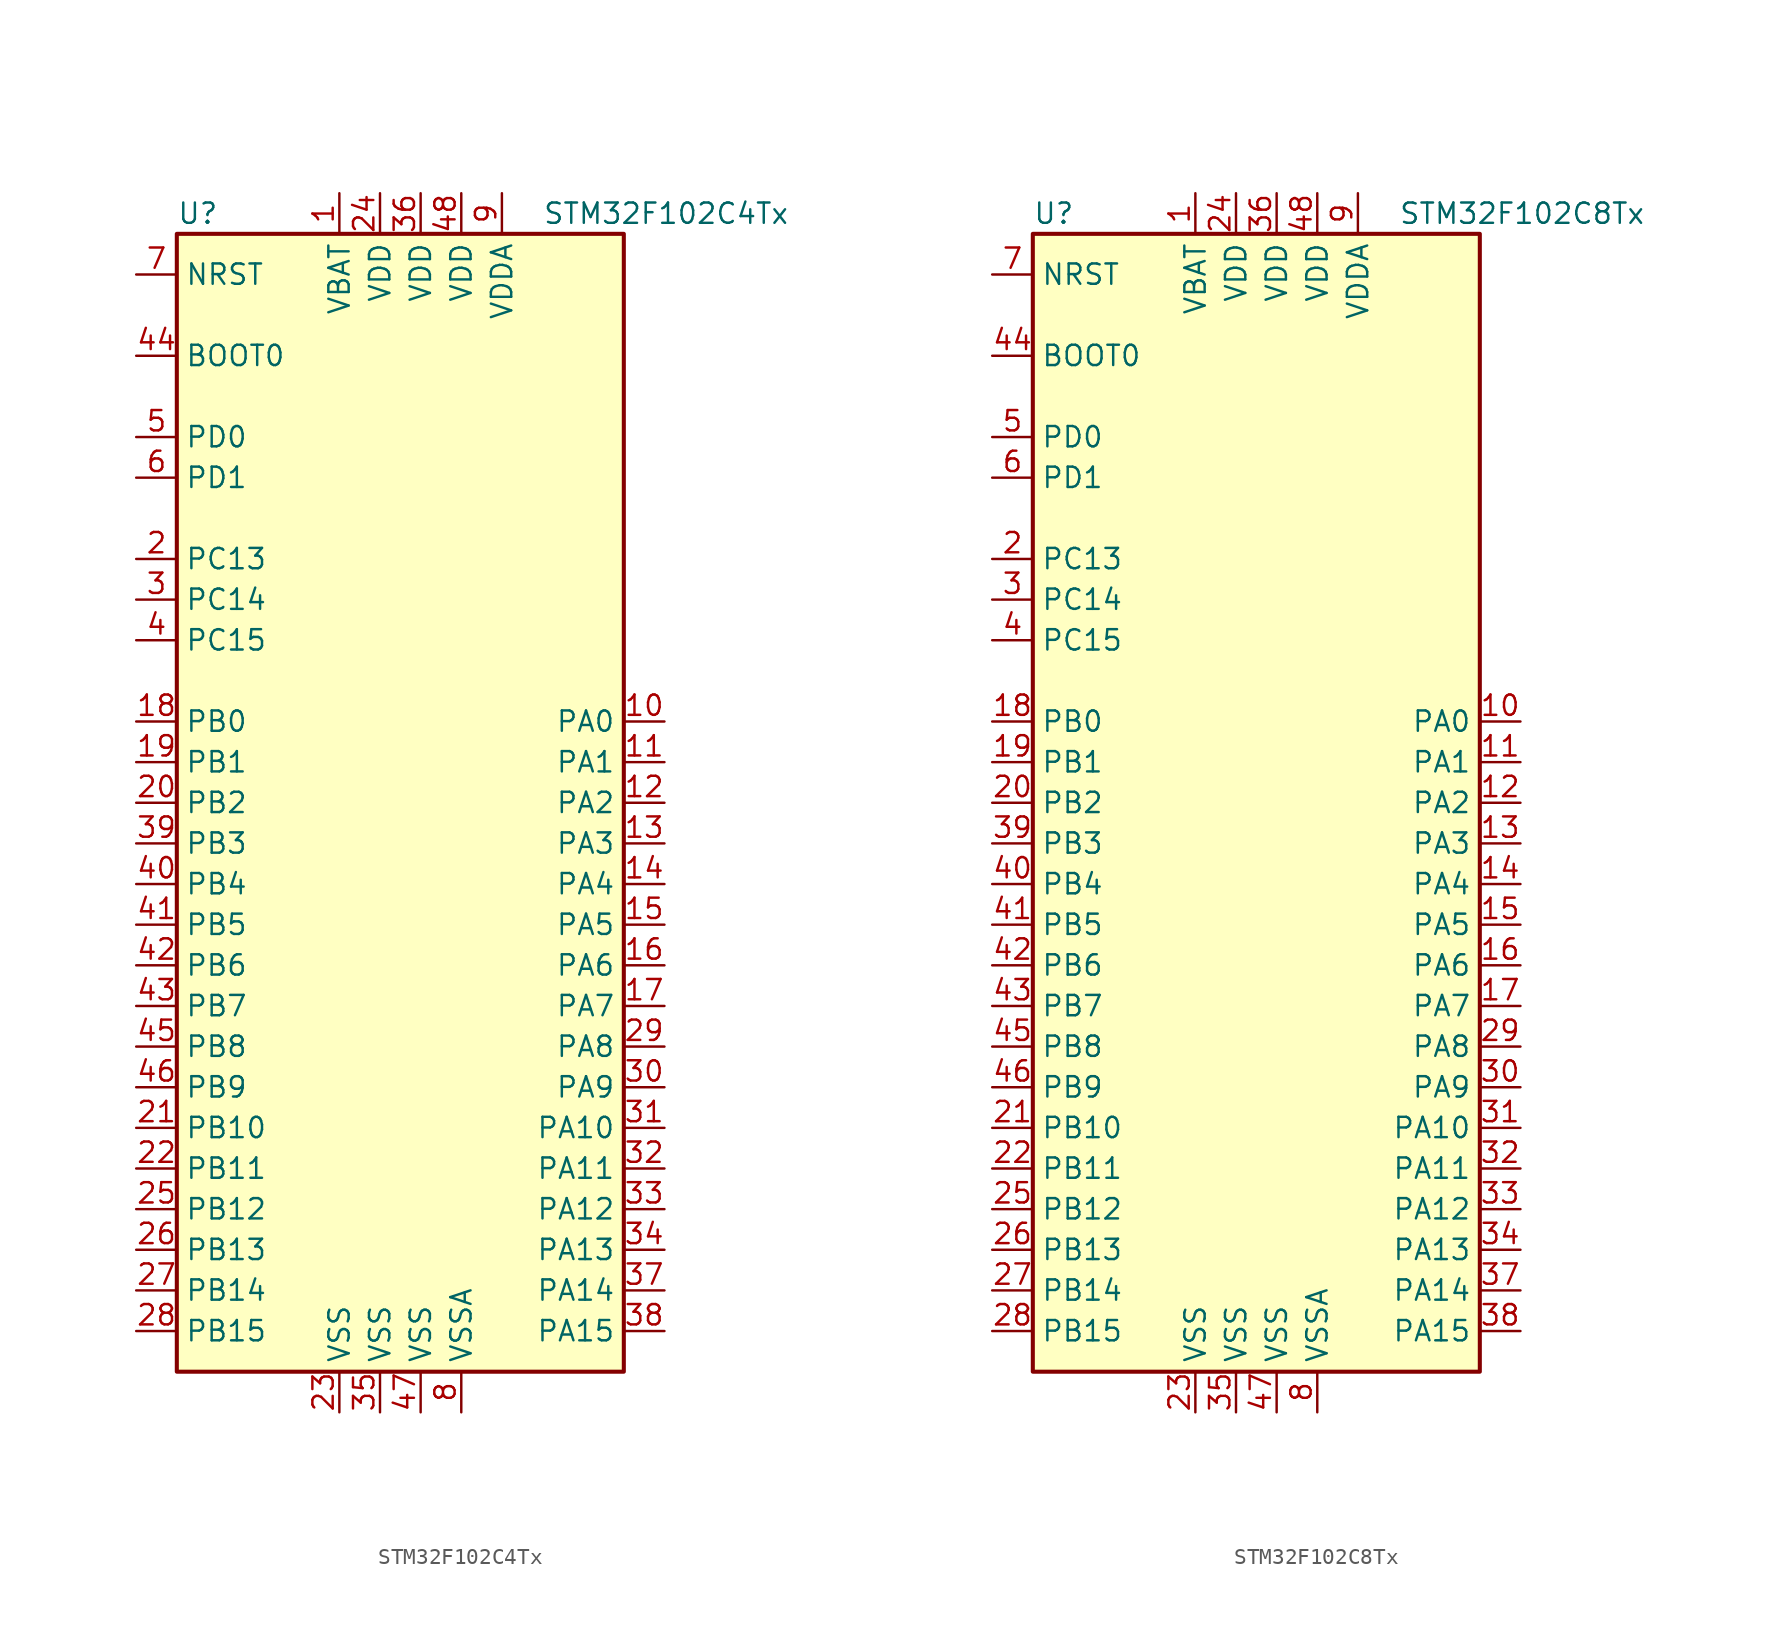
<source format=kicad_sym>
(kicad_symbol_lib
  (version 20201005)
  (generator kicad_symbol_editor)
  (symbol "STM32F102C4Tx"
    (property "Reference" "U"
      (at -15.24 36.83 0)
      (effects (font (size 1.27 1.27)) (justify left)))
    (property "Value" "STM32F102C4Tx"
      (at 7.62 36.83 0)
      (effects (font (size 1.27 1.27)) (justify left)))
    (symbol "STM32F102C4Tx_0_1"
      (rectangle (start -15.24 -35.56) (end 12.7 35.56) (stroke (width 0.254)) (fill (type background))))
    (symbol "STM32F102C4Tx_1_1"
      (pin power_in line (at -5.08 38.1 270) (length 2.54) (name "VBAT" (effects (font (size 1.27 1.27)))) (number "1" (effects (font (size 1.27 1.27)))))
      (pin bidirectional line (at 15.24 5.08 180) (length 2.54) (name "PA0" (effects (font (size 1.27 1.27)))) (number "10" (effects (font (size 1.27 1.27)))))
      (pin bidirectional line (at 15.24 2.54 180) (length 2.54) (name "PA1" (effects (font (size 1.27 1.27)))) (number "11" (effects (font (size 1.27 1.27)))))
      (pin bidirectional line (at 15.24 0 180) (length 2.54) (name "PA2" (effects (font (size 1.27 1.27)))) (number "12" (effects (font (size 1.27 1.27)))))
      (pin bidirectional line (at 15.24 -2.54 180) (length 2.54) (name "PA3" (effects (font (size 1.27 1.27)))) (number "13" (effects (font (size 1.27 1.27)))))
      (pin bidirectional line (at 15.24 -5.08 180) (length 2.54) (name "PA4" (effects (font (size 1.27 1.27)))) (number "14" (effects (font (size 1.27 1.27)))))
      (pin bidirectional line (at 15.24 -7.62 180) (length 2.54) (name "PA5" (effects (font (size 1.27 1.27)))) (number "15" (effects (font (size 1.27 1.27)))))
      (pin bidirectional line (at 15.24 -10.16 180) (length 2.54) (name "PA6" (effects (font (size 1.27 1.27)))) (number "16" (effects (font (size 1.27 1.27)))))
      (pin bidirectional line (at 15.24 -12.7 180) (length 2.54) (name "PA7" (effects (font (size 1.27 1.27)))) (number "17" (effects (font (size 1.27 1.27)))))
      (pin bidirectional line (at -17.78 5.08 0) (length 2.54) (name "PB0" (effects (font (size 1.27 1.27)))) (number "18" (effects (font (size 1.27 1.27)))))
      (pin bidirectional line (at -17.78 2.54 0) (length 2.54) (name "PB1" (effects (font (size 1.27 1.27)))) (number "19" (effects (font (size 1.27 1.27)))))
      (pin bidirectional line (at -17.78 15.24 0) (length 2.54) (name "PC13" (effects (font (size 1.27 1.27)))) (number "2" (effects (font (size 1.27 1.27)))))
      (pin bidirectional line (at -17.78 0 0) (length 2.54) (name "PB2" (effects (font (size 1.27 1.27)))) (number "20" (effects (font (size 1.27 1.27)))))
      (pin bidirectional line (at -17.78 -20.32 0) (length 2.54) (name "PB10" (effects (font (size 1.27 1.27)))) (number "21" (effects (font (size 1.27 1.27)))))
      (pin bidirectional line (at -17.78 -22.86 0) (length 2.54) (name "PB11" (effects (font (size 1.27 1.27)))) (number "22" (effects (font (size 1.27 1.27)))))
      (pin power_in line (at -5.08 -38.1 90) (length 2.54) (name "VSS" (effects (font (size 1.27 1.27)))) (number "23" (effects (font (size 1.27 1.27)))))
      (pin power_in line (at -2.54 38.1 270) (length 2.54) (name "VDD" (effects (font (size 1.27 1.27)))) (number "24" (effects (font (size 1.27 1.27)))))
      (pin bidirectional line (at -17.78 -25.4 0) (length 2.54) (name "PB12" (effects (font (size 1.27 1.27)))) (number "25" (effects (font (size 1.27 1.27)))))
      (pin bidirectional line (at -17.78 -27.94 0) (length 2.54) (name "PB13" (effects (font (size 1.27 1.27)))) (number "26" (effects (font (size 1.27 1.27)))))
      (pin bidirectional line (at -17.78 -30.48 0) (length 2.54) (name "PB14" (effects (font (size 1.27 1.27)))) (number "27" (effects (font (size 1.27 1.27)))))
      (pin bidirectional line (at -17.78 -33.02 0) (length 2.54) (name "PB15" (effects (font (size 1.27 1.27)))) (number "28" (effects (font (size 1.27 1.27)))))
      (pin bidirectional line (at 15.24 -15.24 180) (length 2.54) (name "PA8" (effects (font (size 1.27 1.27)))) (number "29" (effects (font (size 1.27 1.27)))))
      (pin bidirectional line (at -17.78 12.7 0) (length 2.54) (name "PC14" (effects (font (size 1.27 1.27)))) (number "3" (effects (font (size 1.27 1.27)))))
      (pin bidirectional line (at 15.24 -17.78 180) (length 2.54) (name "PA9" (effects (font (size 1.27 1.27)))) (number "30" (effects (font (size 1.27 1.27)))))
      (pin bidirectional line (at 15.24 -20.32 180) (length 2.54) (name "PA10" (effects (font (size 1.27 1.27)))) (number "31" (effects (font (size 1.27 1.27)))))
      (pin bidirectional line (at 15.24 -22.86 180) (length 2.54) (name "PA11" (effects (font (size 1.27 1.27)))) (number "32" (effects (font (size 1.27 1.27)))))
      (pin bidirectional line (at 15.24 -25.4 180) (length 2.54) (name "PA12" (effects (font (size 1.27 1.27)))) (number "33" (effects (font (size 1.27 1.27)))))
      (pin bidirectional line (at 15.24 -27.94 180) (length 2.54) (name "PA13" (effects (font (size 1.27 1.27)))) (number "34" (effects (font (size 1.27 1.27)))))
      (pin power_in line (at -2.54 -38.1 90) (length 2.54) (name "VSS" (effects (font (size 1.27 1.27)))) (number "35" (effects (font (size 1.27 1.27)))))
      (pin power_in line (at 0 38.1 270) (length 2.54) (name "VDD" (effects (font (size 1.27 1.27)))) (number "36" (effects (font (size 1.27 1.27)))))
      (pin bidirectional line (at 15.24 -30.48 180) (length 2.54) (name "PA14" (effects (font (size 1.27 1.27)))) (number "37" (effects (font (size 1.27 1.27)))))
      (pin bidirectional line (at 15.24 -33.02 180) (length 2.54) (name "PA15" (effects (font (size 1.27 1.27)))) (number "38" (effects (font (size 1.27 1.27)))))
      (pin bidirectional line (at -17.78 -2.54 0) (length 2.54) (name "PB3" (effects (font (size 1.27 1.27)))) (number "39" (effects (font (size 1.27 1.27)))))
      (pin bidirectional line (at -17.78 10.16 0) (length 2.54) (name "PC15" (effects (font (size 1.27 1.27)))) (number "4" (effects (font (size 1.27 1.27)))))
      (pin bidirectional line (at -17.78 -5.08 0) (length 2.54) (name "PB4" (effects (font (size 1.27 1.27)))) (number "40" (effects (font (size 1.27 1.27)))))
      (pin bidirectional line (at -17.78 -7.62 0) (length 2.54) (name "PB5" (effects (font (size 1.27 1.27)))) (number "41" (effects (font (size 1.27 1.27)))))
      (pin bidirectional line (at -17.78 -10.16 0) (length 2.54) (name "PB6" (effects (font (size 1.27 1.27)))) (number "42" (effects (font (size 1.27 1.27)))))
      (pin bidirectional line (at -17.78 -12.7 0) (length 2.54) (name "PB7" (effects (font (size 1.27 1.27)))) (number "43" (effects (font (size 1.27 1.27)))))
      (pin input line (at -17.78 27.94 0) (length 2.54) (name "BOOT0" (effects (font (size 1.27 1.27)))) (number "44" (effects (font (size 1.27 1.27)))))
      (pin bidirectional line (at -17.78 -15.24 0) (length 2.54) (name "PB8" (effects (font (size 1.27 1.27)))) (number "45" (effects (font (size 1.27 1.27)))))
      (pin bidirectional line (at -17.78 -17.78 0) (length 2.54) (name "PB9" (effects (font (size 1.27 1.27)))) (number "46" (effects (font (size 1.27 1.27)))))
      (pin power_in line (at 0 -38.1 90) (length 2.54) (name "VSS" (effects (font (size 1.27 1.27)))) (number "47" (effects (font (size 1.27 1.27)))))
      (pin power_in line (at 2.54 38.1 270) (length 2.54) (name "VDD" (effects (font (size 1.27 1.27)))) (number "48" (effects (font (size 1.27 1.27)))))
      (pin input line (at -17.78 22.86 0) (length 2.54) (name "PD0" (effects (font (size 1.27 1.27)))) (number "5" (effects (font (size 1.27 1.27)))))
      (pin input line (at -17.78 20.32 0) (length 2.54) (name "PD1" (effects (font (size 1.27 1.27)))) (number "6" (effects (font (size 1.27 1.27)))))
      (pin input line (at -17.78 33.02 0) (length 2.54) (name "NRST" (effects (font (size 1.27 1.27)))) (number "7" (effects (font (size 1.27 1.27)))))
      (pin power_in line (at 2.54 -38.1 90) (length 2.54) (name "VSSA" (effects (font (size 1.27 1.27)))) (number "8" (effects (font (size 1.27 1.27)))))
      (pin power_in line (at 5.08 38.1 270) (length 2.54) (name "VDDA" (effects (font (size 1.27 1.27)))) (number "9" (effects (font (size 1.27 1.27)))))))
  (symbol "STM32F102C8Tx"
    (property "Reference" "U"
      (at -15.24 36.83 0)
      (effects (font (size 1.27 1.27)) (justify left)))
    (property "Value" "STM32F102C8Tx"
      (at 7.62 36.83 0)
      (effects (font (size 1.27 1.27)) (justify left)))
    (symbol "STM32F102C8Tx_0_1"
      (rectangle (start -15.24 -35.56) (end 12.7 35.56) (stroke (width 0.254)) (fill (type background))))
    (symbol "STM32F102C8Tx_1_1"
      (pin power_in line (at -5.08 38.1 270) (length 2.54) (name "VBAT" (effects (font (size 1.27 1.27)))) (number "1" (effects (font (size 1.27 1.27)))))
      (pin bidirectional line (at 15.24 5.08 180) (length 2.54) (name "PA0" (effects (font (size 1.27 1.27)))) (number "10" (effects (font (size 1.27 1.27)))))
      (pin bidirectional line (at 15.24 2.54 180) (length 2.54) (name "PA1" (effects (font (size 1.27 1.27)))) (number "11" (effects (font (size 1.27 1.27)))))
      (pin bidirectional line (at 15.24 0 180) (length 2.54) (name "PA2" (effects (font (size 1.27 1.27)))) (number "12" (effects (font (size 1.27 1.27)))))
      (pin bidirectional line (at 15.24 -2.54 180) (length 2.54) (name "PA3" (effects (font (size 1.27 1.27)))) (number "13" (effects (font (size 1.27 1.27)))))
      (pin bidirectional line (at 15.24 -5.08 180) (length 2.54) (name "PA4" (effects (font (size 1.27 1.27)))) (number "14" (effects (font (size 1.27 1.27)))))
      (pin bidirectional line (at 15.24 -7.62 180) (length 2.54) (name "PA5" (effects (font (size 1.27 1.27)))) (number "15" (effects (font (size 1.27 1.27)))))
      (pin bidirectional line (at 15.24 -10.16 180) (length 2.54) (name "PA6" (effects (font (size 1.27 1.27)))) (number "16" (effects (font (size 1.27 1.27)))))
      (pin bidirectional line (at 15.24 -12.7 180) (length 2.54) (name "PA7" (effects (font (size 1.27 1.27)))) (number "17" (effects (font (size 1.27 1.27)))))
      (pin bidirectional line (at -17.78 5.08 0) (length 2.54) (name "PB0" (effects (font (size 1.27 1.27)))) (number "18" (effects (font (size 1.27 1.27)))))
      (pin bidirectional line (at -17.78 2.54 0) (length 2.54) (name "PB1" (effects (font (size 1.27 1.27)))) (number "19" (effects (font (size 1.27 1.27)))))
      (pin bidirectional line (at -17.78 15.24 0) (length 2.54) (name "PC13" (effects (font (size 1.27 1.27)))) (number "2" (effects (font (size 1.27 1.27)))))
      (pin bidirectional line (at -17.78 0 0) (length 2.54) (name "PB2" (effects (font (size 1.27 1.27)))) (number "20" (effects (font (size 1.27 1.27)))))
      (pin bidirectional line (at -17.78 -20.32 0) (length 2.54) (name "PB10" (effects (font (size 1.27 1.27)))) (number "21" (effects (font (size 1.27 1.27)))))
      (pin bidirectional line (at -17.78 -22.86 0) (length 2.54) (name "PB11" (effects (font (size 1.27 1.27)))) (number "22" (effects (font (size 1.27 1.27)))))
      (pin power_in line (at -5.08 -38.1 90) (length 2.54) (name "VSS" (effects (font (size 1.27 1.27)))) (number "23" (effects (font (size 1.27 1.27)))))
      (pin power_in line (at -2.54 38.1 270) (length 2.54) (name "VDD" (effects (font (size 1.27 1.27)))) (number "24" (effects (font (size 1.27 1.27)))))
      (pin bidirectional line (at -17.78 -25.4 0) (length 2.54) (name "PB12" (effects (font (size 1.27 1.27)))) (number "25" (effects (font (size 1.27 1.27)))))
      (pin bidirectional line (at -17.78 -27.94 0) (length 2.54) (name "PB13" (effects (font (size 1.27 1.27)))) (number "26" (effects (font (size 1.27 1.27)))))
      (pin bidirectional line (at -17.78 -30.48 0) (length 2.54) (name "PB14" (effects (font (size 1.27 1.27)))) (number "27" (effects (font (size 1.27 1.27)))))
      (pin bidirectional line (at -17.78 -33.02 0) (length 2.54) (name "PB15" (effects (font (size 1.27 1.27)))) (number "28" (effects (font (size 1.27 1.27)))))
      (pin bidirectional line (at 15.24 -15.24 180) (length 2.54) (name "PA8" (effects (font (size 1.27 1.27)))) (number "29" (effects (font (size 1.27 1.27)))))
      (pin bidirectional line (at -17.78 12.7 0) (length 2.54) (name "PC14" (effects (font (size 1.27 1.27)))) (number "3" (effects (font (size 1.27 1.27)))))
      (pin bidirectional line (at 15.24 -17.78 180) (length 2.54) (name "PA9" (effects (font (size 1.27 1.27)))) (number "30" (effects (font (size 1.27 1.27)))))
      (pin bidirectional line (at 15.24 -20.32 180) (length 2.54) (name "PA10" (effects (font (size 1.27 1.27)))) (number "31" (effects (font (size 1.27 1.27)))))
      (pin bidirectional line (at 15.24 -22.86 180) (length 2.54) (name "PA11" (effects (font (size 1.27 1.27)))) (number "32" (effects (font (size 1.27 1.27)))))
      (pin bidirectional line (at 15.24 -25.4 180) (length 2.54) (name "PA12" (effects (font (size 1.27 1.27)))) (number "33" (effects (font (size 1.27 1.27)))))
      (pin bidirectional line (at 15.24 -27.94 180) (length 2.54) (name "PA13" (effects (font (size 1.27 1.27)))) (number "34" (effects (font (size 1.27 1.27)))))
      (pin power_in line (at -2.54 -38.1 90) (length 2.54) (name "VSS" (effects (font (size 1.27 1.27)))) (number "35" (effects (font (size 1.27 1.27)))))
      (pin power_in line (at 0 38.1 270) (length 2.54) (name "VDD" (effects (font (size 1.27 1.27)))) (number "36" (effects (font (size 1.27 1.27)))))
      (pin bidirectional line (at 15.24 -30.48 180) (length 2.54) (name "PA14" (effects (font (size 1.27 1.27)))) (number "37" (effects (font (size 1.27 1.27)))))
      (pin bidirectional line (at 15.24 -33.02 180) (length 2.54) (name "PA15" (effects (font (size 1.27 1.27)))) (number "38" (effects (font (size 1.27 1.27)))))
      (pin bidirectional line (at -17.78 -2.54 0) (length 2.54) (name "PB3" (effects (font (size 1.27 1.27)))) (number "39" (effects (font (size 1.27 1.27)))))
      (pin bidirectional line (at -17.78 10.16 0) (length 2.54) (name "PC15" (effects (font (size 1.27 1.27)))) (number "4" (effects (font (size 1.27 1.27)))))
      (pin bidirectional line (at -17.78 -5.08 0) (length 2.54) (name "PB4" (effects (font (size 1.27 1.27)))) (number "40" (effects (font (size 1.27 1.27)))))
      (pin bidirectional line (at -17.78 -7.62 0) (length 2.54) (name "PB5" (effects (font (size 1.27 1.27)))) (number "41" (effects (font (size 1.27 1.27)))))
      (pin bidirectional line (at -17.78 -10.16 0) (length 2.54) (name "PB6" (effects (font (size 1.27 1.27)))) (number "42" (effects (font (size 1.27 1.27)))))
      (pin bidirectional line (at -17.78 -12.7 0) (length 2.54) (name "PB7" (effects (font (size 1.27 1.27)))) (number "43" (effects (font (size 1.27 1.27)))))
      (pin input line (at -17.78 27.94 0) (length 2.54) (name "BOOT0" (effects (font (size 1.27 1.27)))) (number "44" (effects (font (size 1.27 1.27)))))
      (pin bidirectional line (at -17.78 -15.24 0) (length 2.54) (name "PB8" (effects (font (size 1.27 1.27)))) (number "45" (effects (font (size 1.27 1.27)))))
      (pin bidirectional line (at -17.78 -17.78 0) (length 2.54) (name "PB9" (effects (font (size 1.27 1.27)))) (number "46" (effects (font (size 1.27 1.27)))))
      (pin power_in line (at 0 -38.1 90) (length 2.54) (name "VSS" (effects (font (size 1.27 1.27)))) (number "47" (effects (font (size 1.27 1.27)))))
      (pin power_in line (at 2.54 38.1 270) (length 2.54) (name "VDD" (effects (font (size 1.27 1.27)))) (number "48" (effects (font (size 1.27 1.27)))))
      (pin input line (at -17.78 22.86 0) (length 2.54) (name "PD0" (effects (font (size 1.27 1.27)))) (number "5" (effects (font (size 1.27 1.27)))))
      (pin input line (at -17.78 20.32 0) (length 2.54) (name "PD1" (effects (font (size 1.27 1.27)))) (number "6" (effects (font (size 1.27 1.27)))))
      (pin input line (at -17.78 33.02 0) (length 2.54) (name "NRST" (effects (font (size 1.27 1.27)))) (number "7" (effects (font (size 1.27 1.27)))))
      (pin power_in line (at 2.54 -38.1 90) (length 2.54) (name "VSSA" (effects (font (size 1.27 1.27)))) (number "8" (effects (font (size 1.27 1.27)))))
      (pin power_in line (at 5.08 38.1 270) (length 2.54) (name "VDDA" (effects (font (size 1.27 1.27)))) (number "9" (effects (font (size 1.27 1.27))))))))
</source>
